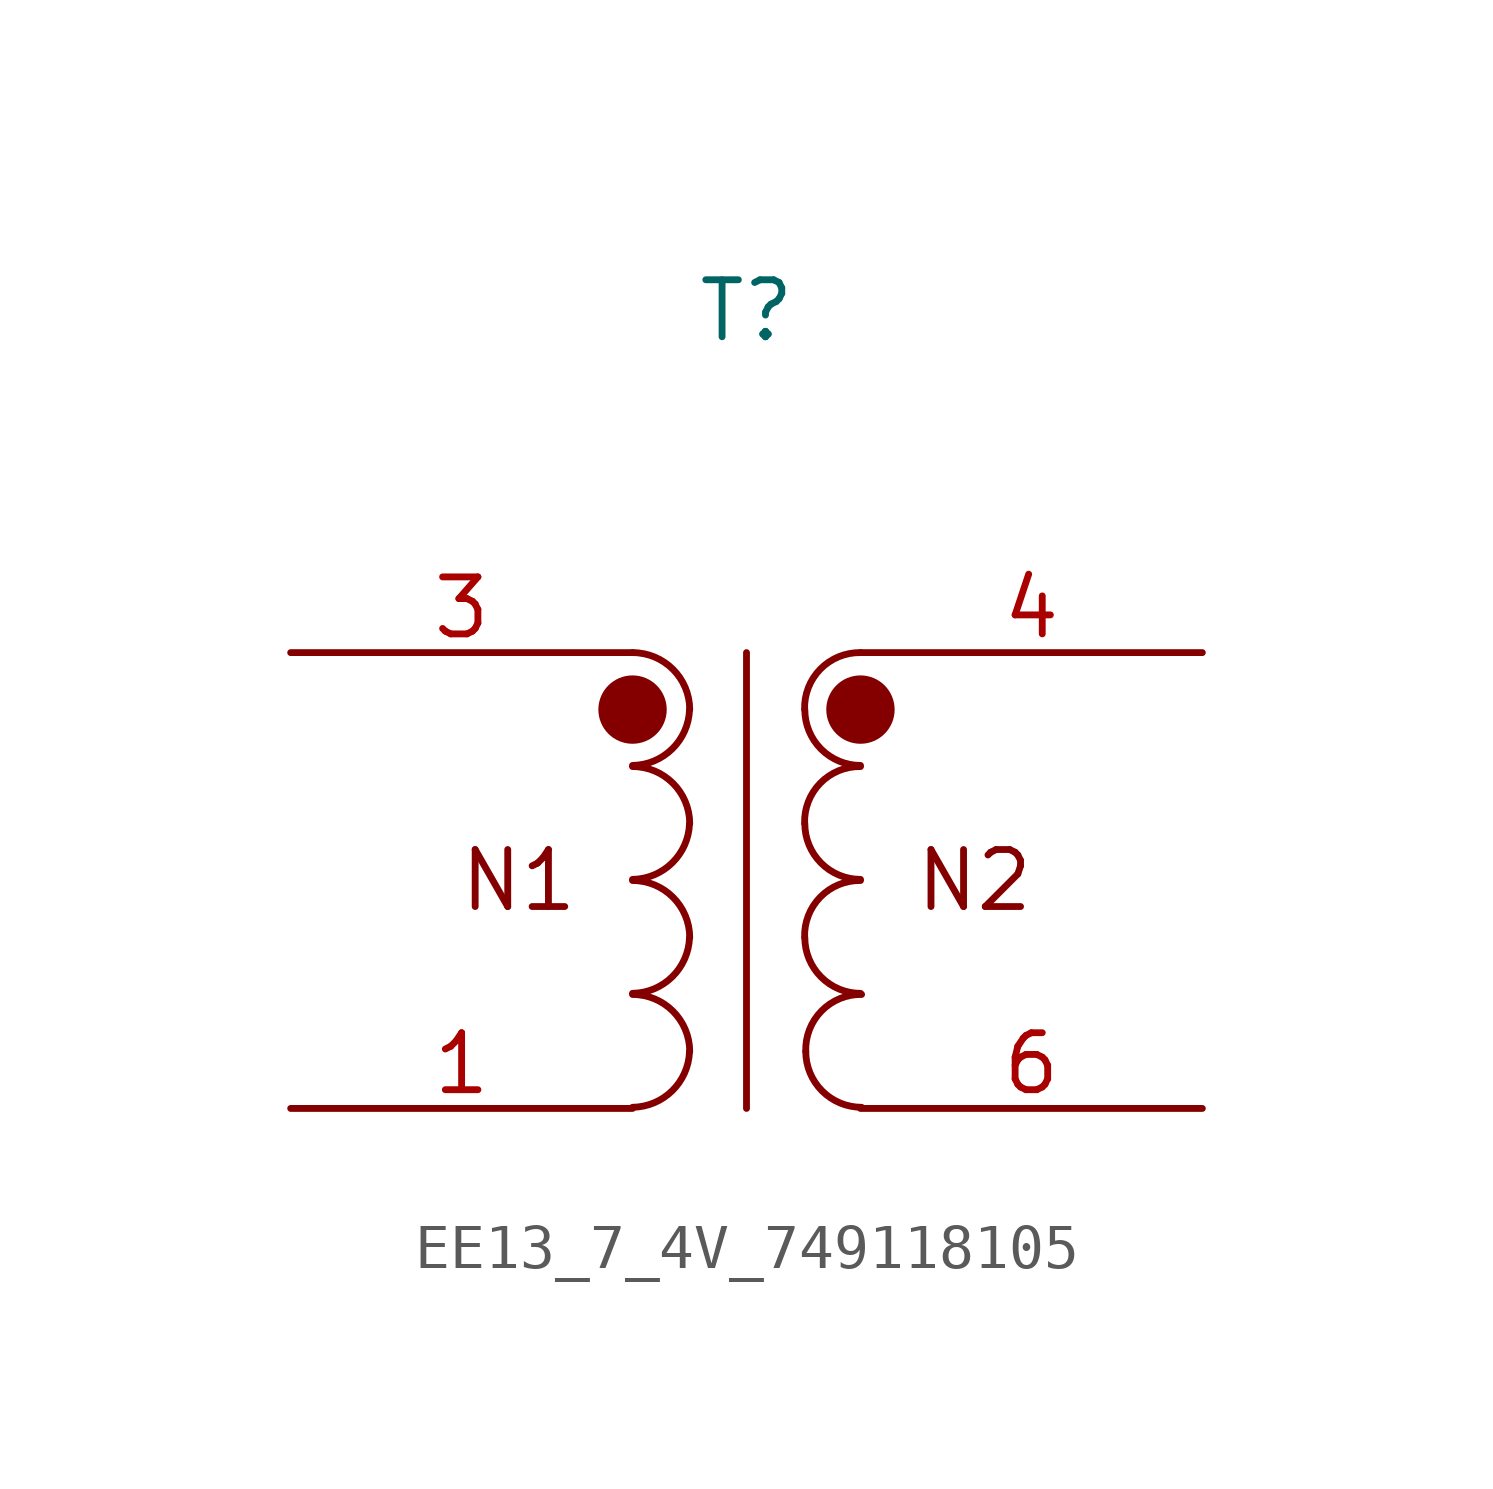
<source format=kicad_sym>
(kicad_symbol_lib
  (version 20220914)
  (generator kicad_symbol_editor)
  (symbol "EE13_7_4V_749118105"
    (pin_names hide)
    (property "Reference" "T"
      (at 0 12.7 0)
      (effects (font (size 1.27 1.27))))
    (property "Critical Parameter" ""
      (at 0 -5.08 0)
      (effects (font (size 1.27 1.27)) (justify left)))
    (symbol "EE13_7_4V_749118105_0_1"
      (arc (start -2.54 -5.0546) (mid -1.6599 -4.6901) (end -1.27 -3.81) (stroke (width 0) (type default)) (fill (type none)))
      (arc (start -2.54 -2.5146) (mid -1.6599 -2.1501) (end -1.27 -1.27) (stroke (width 0) (type default)) (fill (type none)))
      (arc (start -2.54 0.0254) (mid -1.6599 0.3899) (end -1.27 1.27) (stroke (width 0) (type default)) (fill (type none)))
      (arc (start -2.54 2.5654) (mid -1.6599 2.9299) (end -1.27 3.81) (stroke (width 0) (type default)) (fill (type none)))
      (arc (start -1.27 -3.81) (mid -1.642 -2.912) (end -2.54 -2.54) (stroke (width 0) (type default)) (fill (type none)))
      (arc (start -1.27 -1.27) (mid -1.642 -0.372) (end -2.54 0) (stroke (width 0) (type default)) (fill (type none)))
      (arc (start -1.27 1.27) (mid -1.642 2.168) (end -2.54 2.54) (stroke (width 0) (type default)) (fill (type none)))
      (arc (start -1.27 3.81) (mid -1.642 4.708) (end -2.54 5.08) (stroke (width 0) (type default)) (fill (type none)))
      (polyline (pts (xy 0 5.08) (xy 0 -5.08)) (stroke (width 0) (type default)) (fill (type none)))
      (arc (start 1.2954 -1.27) (mid 1.6599 -2.1501) (end 2.54 -2.5146) (stroke (width 0) (type default)) (fill (type none)))
      (arc (start 1.2954 1.27) (mid 1.6599 0.3899) (end 2.54 0.0254) (stroke (width 0) (type default)) (fill (type none)))
      (arc (start 1.2954 3.81) (mid 1.6599 2.9299) (end 2.54 2.5654) (stroke (width 0) (type default)) (fill (type none)))
      (arc (start 1.3208 -3.81) (mid 1.6853 -4.6901) (end 2.5654 -5.0546) (stroke (width 0) (type default)) (fill (type none)))
      (arc (start 2.54 0) (mid 1.642 -0.372) (end 1.2954 -1.27) (stroke (width 0) (type default)) (fill (type none)))
      (arc (start 2.54 2.54) (mid 1.642 2.168) (end 1.2954 1.27) (stroke (width 0) (type default)) (fill (type none)))
      (arc (start 2.54 5.08) (mid 1.642 4.708) (end 1.2954 3.81) (stroke (width 0) (type default)) (fill (type none)))
      (arc (start 2.5654 -2.54) (mid 1.6674 -2.912) (end 1.3208 -3.81) (stroke (width 0) (type default)) (fill (type none))))
    (symbol "EE13_7_4V_749118105_1_1"
      (circle (center -2.54 3.81) (radius 0.0001) (stroke (width 0.762) (type default)) (fill (type none)))
      (circle (center 2.54 3.81) (radius 0.0001) (stroke (width 0.762) (type default)) (fill (type none)))
      (text "N1" (at -5.08 0 0) (effects (font (size 1.27 1.27))))
      (text "N2" (at 5.08 0 0) (effects (font (size 1.27 1.27))))
      (pin passive line (at -10.16 -5.08 0) (length 7.62) (name "1" (effects (font (size 1.27 1.27)))) (number "1" (effects (font (size 1.27 1.27)))))
      (pin passive line (at -10.16 5.08 0) (length 7.62) (name "3" (effects (font (size 1.27 1.27)))) (number "3" (effects (font (size 1.27 1.27)))))
      (pin passive line (at 10.16 5.08 180) (length 7.62) (name "4" (effects (font (size 1.27 1.27)))) (number "4" (effects (font (size 1.27 1.27)))))
      (pin passive line (at 10.16 -5.08 180) (length 7.62) (name "6" (effects (font (size 1.27 1.27)))) (number "6" (effects (font (size 1.27 1.27))))))))
</source>
